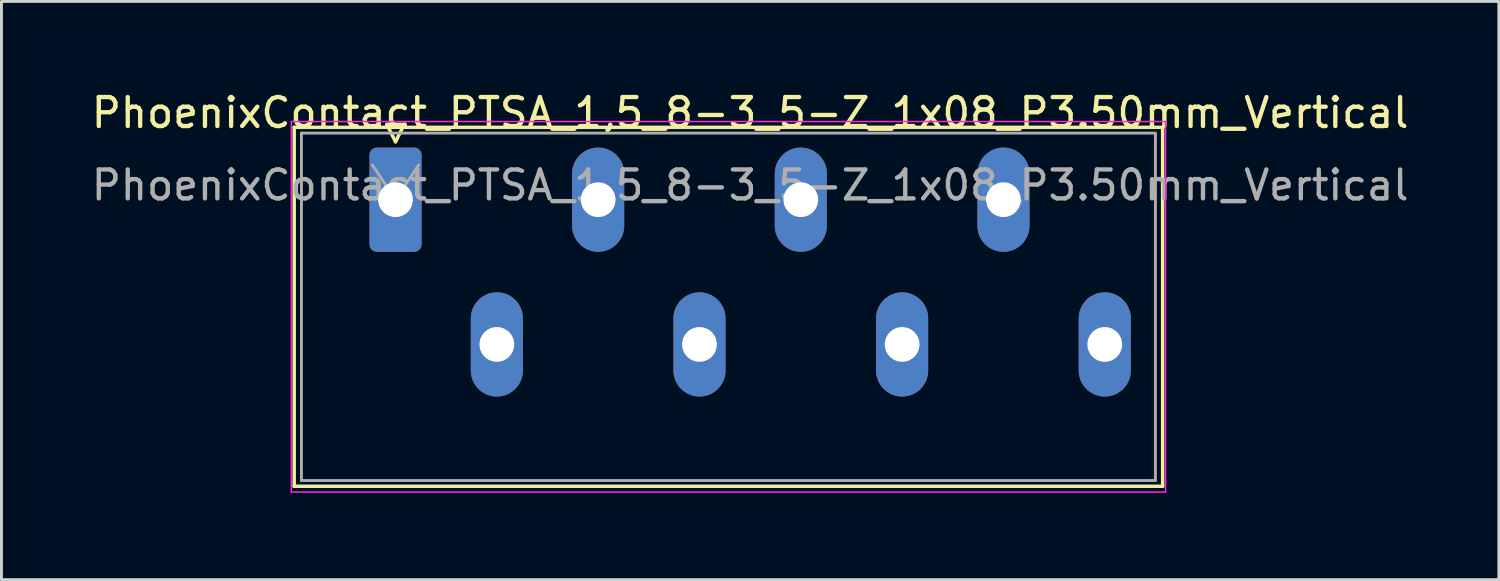
<source format=kicad_pcb>
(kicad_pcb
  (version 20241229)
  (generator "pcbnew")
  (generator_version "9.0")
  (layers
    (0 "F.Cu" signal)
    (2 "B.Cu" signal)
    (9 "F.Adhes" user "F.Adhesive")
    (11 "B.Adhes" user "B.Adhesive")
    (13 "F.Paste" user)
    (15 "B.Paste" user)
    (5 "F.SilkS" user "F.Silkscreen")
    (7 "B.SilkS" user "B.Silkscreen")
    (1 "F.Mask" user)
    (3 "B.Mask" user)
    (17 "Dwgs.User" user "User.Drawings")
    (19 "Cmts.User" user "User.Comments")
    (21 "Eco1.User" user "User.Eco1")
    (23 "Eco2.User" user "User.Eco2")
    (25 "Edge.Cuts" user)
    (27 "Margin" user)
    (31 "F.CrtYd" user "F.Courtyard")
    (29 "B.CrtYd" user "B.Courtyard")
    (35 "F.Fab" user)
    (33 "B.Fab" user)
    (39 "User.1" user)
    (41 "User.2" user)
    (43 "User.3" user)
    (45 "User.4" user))
  (footprint "PhoenixContact_PTSA_1,5_8-3_5-Z_1x08_P3.50mm_Vertical"
    (layer "F.Cu")
    (at 10.613 3.848)
    (property "Reference" "PhoenixContact_PTSA_1,5_8-3_5-Z_1x08_P3.50mm_Vertical" (at 12.25 -3 0) (layer "F.SilkS") (effects (font (size 1 1) (thickness 0.15))))
    (attr through_hole)
    (fp_line (start -3.5 -2.5) (end -3.5 9.9) (stroke (width 0.12) (type solid)) (layer "F.SilkS"))
    (fp_line (start -3.5 -2.5) (end 26.5 -2.5) (stroke (width 0.12) (type solid)) (layer "F.SilkS"))
    (fp_line (start -3.5 9.9) (end 26.5 9.9) (stroke (width 0.12) (type solid)) (layer "F.SilkS"))
    (fp_line (start -0.3 -2.6) (end 0.3 -2.6) (stroke (width 0.12) (type solid)) (layer "F.SilkS"))
    (fp_line (start 0 -2) (end -0.3 -2.6) (stroke (width 0.12) (type solid)) (layer "F.SilkS"))
    (fp_line (start 0.3 -2.6) (end 0 -2) (stroke (width 0.12) (type solid)) (layer "F.SilkS"))
    (fp_line (start 26.5 9.9) (end 26.5 -2.5) (stroke (width 0.12) (type solid)) (layer "F.SilkS"))
    (fp_line (start -3.6 -2.7) (end -3.6 10.1) (stroke (width 0.05) (type solid)) (layer "F.CrtYd"))
    (fp_line (start -3.6 10.1) (end 26.6 10.1) (stroke (width 0.05) (type solid)) (layer "F.CrtYd"))
    (fp_line (start 26.6 -2.7) (end -3.6 -2.7) (stroke (width 0.05) (type solid)) (layer "F.CrtYd"))
    (fp_line (start 26.6 10.1) (end 26.6 -2.7) (stroke (width 0.05) (type solid)) (layer "F.CrtYd"))
    (fp_line (start -3.25 -2.3) (end -3.25 9.7) (stroke (width 0.1) (type solid)) (layer "F.Fab"))
    (fp_line (start -3.25 9.7) (end 26.25 9.7) (stroke (width 0.1) (type solid)) (layer "F.Fab"))
    (fp_line (start 0 0) (end -0.8 -1.2) (stroke (width 0.1) (type solid)) (layer "F.Fab"))
    (fp_line (start 0.8 -1.2) (end 0 0) (stroke (width 0.1) (type solid)) (layer "F.Fab"))
    (fp_line (start 26.2 -2.3) (end -3.25 -2.3) (stroke (width 0.1) (type solid)) (layer "F.Fab"))
    (fp_line (start 26.25 9.7) (end 26.25 -2.3) (stroke (width 0.1) (type solid)) (layer "F.Fab"))
    (fp_text user "${REFERENCE}" (at 12.25 -0.5 0) (layer "F.Fab") (effects (font (size 1 1) (thickness 0.15))))
    (pad "1" thru_hole roundrect (at 0 0) (size 1.8 3.6) (drill 1.2) (layers "*.Cu" "*.Mask") (roundrect_rratio 0.139))
    (pad "2" thru_hole oval (at 3.5 5) (size 1.8 3.6) (drill 1.2) (layers "*.Cu" "*.Mask"))
    (pad "3" thru_hole oval (at 7 0) (size 1.8 3.6) (drill 1.2) (layers "*.Cu" "*.Mask"))
    (pad "4" thru_hole oval (at 10.5 5) (size 1.8 3.6) (drill 1.2) (layers "*.Cu" "*.Mask"))
    (pad "5" thru_hole oval (at 14 0) (size 1.8 3.6) (drill 1.2) (layers "*.Cu" "*.Mask"))
    (pad "6" thru_hole oval (at 17.5 5) (size 1.8 3.6) (drill 1.2) (layers "*.Cu" "*.Mask"))
    (pad "7" thru_hole oval (at 21 0) (size 1.8 3.6) (drill 1.2) (layers "*.Cu" "*.Mask"))
    (pad "8" thru_hole oval (at 24.5 5) (size 1.8 3.6) (drill 1.2) (layers "*.Cu" "*.Mask")))
  (gr_rect
    (start -3 -3)
    (end 48.726 16.973)
    (stroke (width 0.1) (type default))
    (fill no)
    (layer "Edge.Cuts")))
</source>
